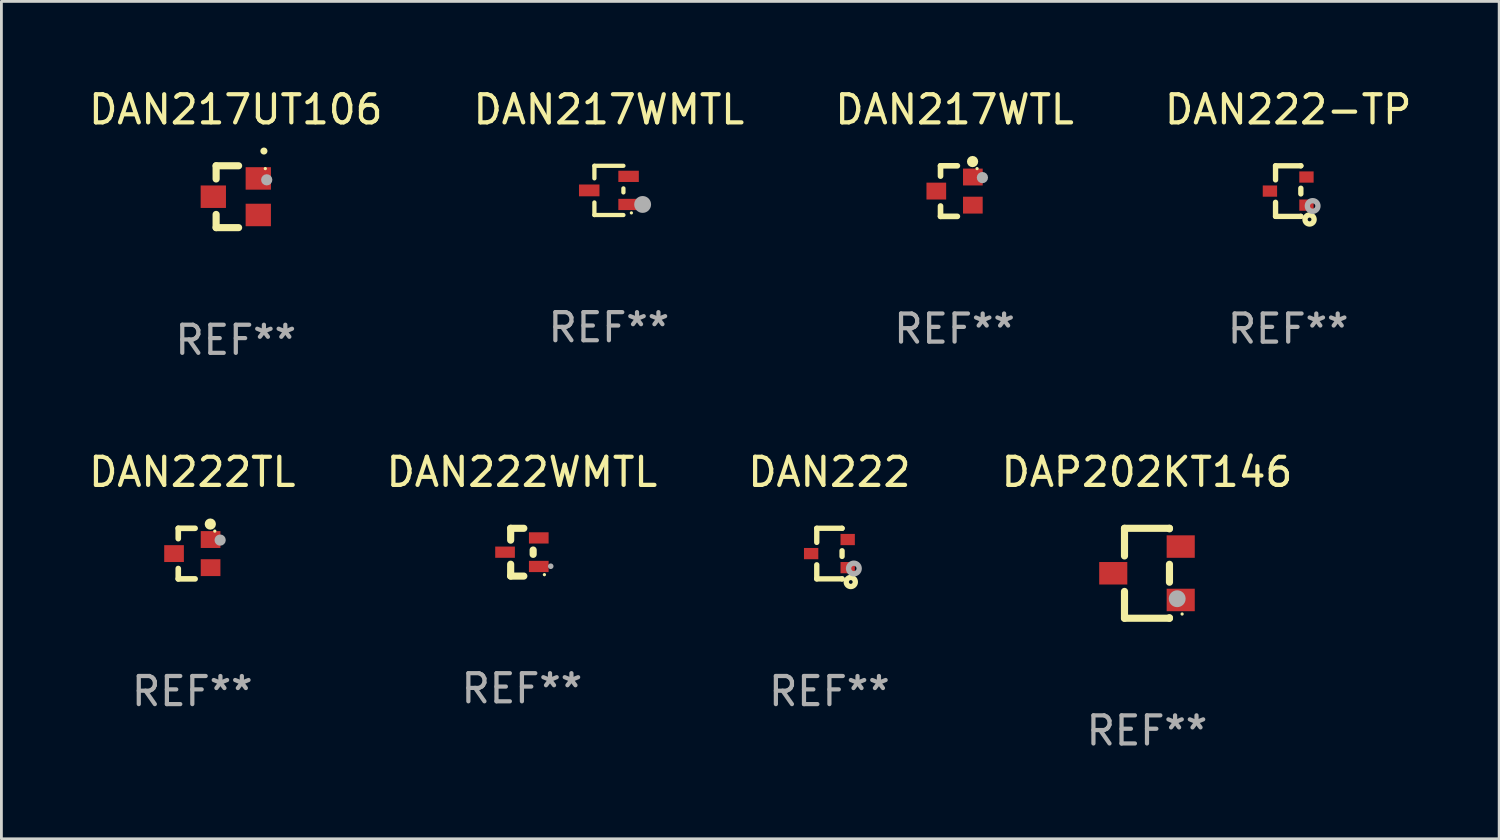
<source format=kicad_pcb>
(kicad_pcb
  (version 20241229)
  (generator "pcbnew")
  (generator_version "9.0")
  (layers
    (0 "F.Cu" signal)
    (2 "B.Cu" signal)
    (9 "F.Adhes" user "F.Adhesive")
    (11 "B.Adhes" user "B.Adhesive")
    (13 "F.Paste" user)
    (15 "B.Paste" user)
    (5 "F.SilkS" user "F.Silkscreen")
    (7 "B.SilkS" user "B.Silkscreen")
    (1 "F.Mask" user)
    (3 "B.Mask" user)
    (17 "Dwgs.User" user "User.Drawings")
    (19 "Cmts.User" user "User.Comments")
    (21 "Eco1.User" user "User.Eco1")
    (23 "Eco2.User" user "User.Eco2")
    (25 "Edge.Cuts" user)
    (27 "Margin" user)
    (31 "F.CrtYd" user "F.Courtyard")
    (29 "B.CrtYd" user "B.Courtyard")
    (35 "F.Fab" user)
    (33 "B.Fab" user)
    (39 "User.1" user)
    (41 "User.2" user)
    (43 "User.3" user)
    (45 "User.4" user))
  (footprint "DAN222TL"
    (layer "F.Cu")
    (at 3.792 16.645)
    (property "Reference" "DAN222TL" (at 0 -2.9 0) (layer "F.SilkS") (effects (font (size 1 1) (thickness 0.15))))
    (attr through_hole)
    (fp_line (start -0.5 -0.9) (end 0.1 -0.9) (stroke (width 0.2) (type solid)) (layer "F.SilkS"))
    (fp_line (start -0.5 -0.531) (end -0.5 -0.9) (stroke (width 0.2) (type solid)) (layer "F.SilkS"))
    (fp_line (start -0.5 0.9) (end -0.5 0.531) (stroke (width 0.2) (type solid)) (layer "F.SilkS"))
    (fp_line (start -0.5 0.9) (end 0.1 0.9) (stroke (width 0.2) (type solid)) (layer "F.SilkS"))
    (fp_circle (center 0.64 -1.05) (end 0.74 -1.05) (stroke (width 0.2) (type solid)) (fill no) (layer "F.SilkS"))
    (fp_circle (center 0.8 -0.8) (end 0.83 -0.8) (stroke (width 0.06) (type solid)) (fill no) (layer "F.SilkS"))
    (fp_circle (center 0.99 -0.48) (end 1.09 -0.48) (stroke (width 0.2) (type solid)) (fill no) (layer "F.Fab"))
    (fp_text user "REF**" (at 0 4.9 0) (layer "F.Fab") (effects (font (size 1 1) (thickness 0.15))))
    (pad "1" smd rect (at 0.65 -0.5 90) (size 0.6 0.7) (layers "F.Cu" "F.Mask" "F.Paste"))
    (pad "2" smd rect (at 0.65 0.5 90) (size 0.6 0.7) (layers "F.Cu" "F.Mask" "F.Paste"))
    (pad "3" smd rect (at -0.65 0 90) (size 0.6 0.7) (layers "F.Cu" "F.Mask" "F.Paste")))
  (footprint "DAN222"
    (layer "F.Cu")
    (at 26.458 16.645)
    (property "Reference" "DAN222" (at 0 -2.9 0) (layer "F.SilkS") (effects (font (size 1 1) (thickness 0.15))))
    (attr through_hole)
    (fp_line (start -0.45 -0.9) (end 0.45 -0.9) (stroke (width 0.19) (type solid)) (layer "F.SilkS"))
    (fp_line (start -0.45 -0.399) (end -0.45 -0.9) (stroke (width 0.19) (type solid)) (layer "F.SilkS"))
    (fp_line (start -0.45 0.9) (end -0.45 0.399) (stroke (width 0.19) (type solid)) (layer "F.SilkS"))
    (fp_line (start -0.45 0.9) (end 0.45 0.9) (stroke (width 0.19) (type solid)) (layer "F.SilkS"))
    (fp_line (start 0.45 -0.899) (end 0.45 -0.9) (stroke (width 0.19) (type solid)) (layer "F.SilkS"))
    (fp_line (start 0.45 0.101) (end 0.45 -0.101) (stroke (width 0.19) (type solid)) (layer "F.SilkS"))
    (fp_line (start 0.45 0.9) (end 0.45 0.899) (stroke (width 0.19) (type solid)) (layer "F.SilkS"))
    (fp_circle (center 0.76 1.01) (end 0.827 1.01) (stroke (width 0.19) (type solid)) (fill no) (layer "F.SilkS"))
    (fp_circle (center 0.8 0.8) (end 0.81 0.8) (stroke (width 0.02) (type solid)) (fill no) (layer "F.SilkS"))
    (fp_circle (center 0.87 0.53) (end 0.964 0.53) (stroke (width 0.19) (type solid)) (fill no) (layer "F.Fab"))
    (fp_text user "REF**" (at 0 4.9 0) (layer "F.Fab") (effects (font (size 1 1) (thickness 0.15))))
    (pad "1" smd rect (at 0.65 0.5 90) (size 0.4 0.51) (layers "F.Cu" "F.Mask" "F.Paste"))
    (pad "2" smd rect (at 0.65 -0.5 90) (size 0.4 0.51) (layers "F.Cu" "F.Mask" "F.Paste"))
    (pad "3" smd rect (at -0.65 0.000127 90) (size 0.4 0.51) (layers "F.Cu" "F.Mask" "F.Paste")))
  (footprint "DAN222-TP"
    (layer "F.Cu")
    (at 42.78 3.748)
    (property "Reference" "DAN222-TP" (at 0 -2.9 0) (layer "F.SilkS") (effects (font (size 1 1) (thickness 0.15))))
    (attr through_hole)
    (fp_line (start -0.45 -0.9) (end 0.45 -0.9) (stroke (width 0.19) (type solid)) (layer "F.SilkS"))
    (fp_line (start -0.45 -0.399) (end -0.45 -0.9) (stroke (width 0.19) (type solid)) (layer "F.SilkS"))
    (fp_line (start -0.45 0.9) (end -0.45 0.399) (stroke (width 0.19) (type solid)) (layer "F.SilkS"))
    (fp_line (start -0.45 0.9) (end 0.45 0.9) (stroke (width 0.19) (type solid)) (layer "F.SilkS"))
    (fp_line (start 0.45 -0.899) (end 0.45 -0.9) (stroke (width 0.19) (type solid)) (layer "F.SilkS"))
    (fp_line (start 0.45 0.101) (end 0.45 -0.101) (stroke (width 0.19) (type solid)) (layer "F.SilkS"))
    (fp_line (start 0.45 0.9) (end 0.45 0.899) (stroke (width 0.19) (type solid)) (layer "F.SilkS"))
    (fp_circle (center 0.76 1.01) (end 0.827 1.01) (stroke (width 0.19) (type solid)) (fill no) (layer "F.SilkS"))
    (fp_circle (center 0.8 0.8) (end 0.81 0.8) (stroke (width 0.02) (type solid)) (fill no) (layer "F.SilkS"))
    (fp_circle (center 0.87 0.53) (end 0.964 0.53) (stroke (width 0.19) (type solid)) (fill no) (layer "F.Fab"))
    (fp_text user "REF**" (at 0 4.9 0) (layer "F.Fab") (effects (font (size 1 1) (thickness 0.15))))
    (pad "1" smd rect (at 0.65 0.5 90) (size 0.4 0.51) (layers "F.Cu" "F.Mask" "F.Paste"))
    (pad "2" smd rect (at 0.65 -0.5 90) (size 0.4 0.51) (layers "F.Cu" "F.Mask" "F.Paste"))
    (pad "3" smd rect (at -0.65 0.000127 90) (size 0.4 0.51) (layers "F.Cu" "F.Mask" "F.Paste")))
  (footprint "DAN217WMTL"
    (layer "F.Cu")
    (at 18.613 3.724)
    (property "Reference" "DAN217WMTL" (at 0 -2.876 0) (layer "F.SilkS") (effects (font (size 1 1) (thickness 0.15))))
    (attr through_hole)
    (fp_line (start -0.516 -0.876) (end -0.516 -0.429) (stroke (width 0.152) (type solid)) (layer "F.SilkS"))
    (fp_line (start -0.516 0.876) (end -0.516 0.429) (stroke (width 0.152) (type solid)) (layer "F.SilkS"))
    (fp_line (start 0.516 -0.876) (end -0.516 -0.876) (stroke (width 0.152) (type solid)) (layer "F.SilkS"))
    (fp_line (start 0.516 -0.071) (end 0.516 0.071) (stroke (width 0.152) (type solid)) (layer "F.SilkS"))
    (fp_line (start 0.516 0.876) (end -0.516 0.876) (stroke (width 0.152) (type solid)) (layer "F.SilkS"))
    (fp_circle (center 0.8 0.8) (end 0.83 0.8) (stroke (width 0.06) (type solid)) (fill no) (layer "F.SilkS"))
    (fp_circle (center 1.2 0.5) (end 1.35 0.5) (stroke (width 0.3) (type solid)) (fill no) (layer "F.Fab"))
    (fp_text user "REF**" (at 0 4.876 0) (layer "F.Fab") (effects (font (size 1 1) (thickness 0.15))))
    (pad "1" smd rect (at 0.7 0.5) (size 0.729 0.4) (layers "F.Cu" "F.Mask" "F.Paste"))
    (pad "2" smd rect (at 0.7 -0.5) (size 0.729 0.4) (layers "F.Cu" "F.Mask" "F.Paste"))
    (pad "3" smd rect (at -0.7 0) (size 0.729 0.42) (layers "F.Cu" "F.Mask" "F.Paste")))
  (footprint "DAP202KT146"
    (layer "F.Cu")
    (at 37.756 17.345)
    (property "Reference" "DAP202KT146" (at 0 -3.6 0) (layer "F.SilkS") (effects (font (size 1 1) (thickness 0.15))))
    (attr through_hole)
    (fp_line (start -0.8 -1.6) (end 0.8 -1.6) (stroke (width 0.254) (type solid)) (layer "F.SilkS"))
    (fp_line (start -0.8 -0.616) (end -0.8 -1.6) (stroke (width 0.254) (type solid)) (layer "F.SilkS"))
    (fp_line (start -0.8 1.6) (end -0.8 0.646) (stroke (width 0.254) (type solid)) (layer "F.SilkS"))
    (fp_line (start -0.8 1.6) (end 0.8 1.6) (stroke (width 0.254) (type solid)) (layer "F.SilkS"))
    (fp_line (start 0.8 -1.581) (end 0.8 -1.6) (stroke (width 0.254) (type solid)) (layer "F.SilkS"))
    (fp_line (start 0.8 0.319) (end 0.8 -0.319) (stroke (width 0.254) (type solid)) (layer "F.SilkS"))
    (fp_line (start 0.8 1.6) (end 0.8 1.581) (stroke (width 0.254) (type solid)) (layer "F.SilkS"))
    (fp_circle (center 1.25 1.45) (end 1.28 1.45) (stroke (width 0.06) (type solid)) (fill no) (layer "F.SilkS"))
    (fp_circle (center 1.075 0.906) (end 1.225 0.906) (stroke (width 0.3) (type solid)) (fill no) (layer "F.Fab"))
    (fp_text user "REF**" (at 0 5.6 0) (layer "F.Fab") (effects (font (size 1 1) (thickness 0.15))))
    (pad "1" smd rect (at 1.2 0.95 90) (size 0.8 1) (layers "F.Cu" "F.Mask" "F.Paste"))
    (pad "2" smd rect (at 1.2 -0.95 90) (size 0.8 1) (layers "F.Cu" "F.Mask" "F.Paste"))
    (pad "3" smd rect (at -1.2 -0.000025 90) (size 0.8 1) (layers "F.Cu" "F.Mask" "F.Paste")))
  (footprint "DAN217UT106"
    (layer "F.Cu")
    (at 5.339 3.948)
    (property "Reference" "DAN217UT106" (at 0 -3.1 0) (layer "F.SilkS") (effects (font (size 1 1) (thickness 0.15))))
    (attr through_hole)
    (fp_line (start -0.7 -1.1) (end 0.1 -1.1) (stroke (width 0.254) (type solid)) (layer "F.SilkS"))
    (fp_line (start -0.7 -0.631) (end -0.7 -1.1) (stroke (width 0.254) (type solid)) (layer "F.SilkS"))
    (fp_line (start -0.7 1.1) (end -0.7 0.631) (stroke (width 0.254) (type solid)) (layer "F.SilkS"))
    (fp_line (start -0.7 1.1) (end 0.1 1.1) (stroke (width 0.254) (type solid)) (layer "F.SilkS"))
    (fp_arc (start 0.99873 -1.62446) (mid 1 -1.624466) (end 1.00127 -1.62446) (stroke (width 0.24892) (type solid)) (layer "F.SilkS"))
    (fp_circle (center 1.05 -1) (end 1.08 -1) (stroke (width 0.06) (type solid)) (fill no) (layer "F.SilkS"))
    (fp_circle (center 1.1 -0.6) (end 1.2 -0.6) (stroke (width 0.2) (type solid)) (fill no) (layer "F.Fab"))
    (fp_text user "REF**" (at 0 5.1 0) (layer "F.Fab") (effects (font (size 1 1) (thickness 0.15))))
    (pad "1" smd rect (at 0.8 -0.65 90) (size 0.8 0.9) (layers "F.Cu" "F.Mask" "F.Paste"))
    (pad "2" smd rect (at 0.8 0.65 90) (size 0.8 0.9) (layers "F.Cu" "F.Mask" "F.Paste"))
    (pad "3" smd rect (at -0.8 0 90) (size 0.8 0.9) (layers "F.Cu" "F.Mask" "F.Paste")))
  (footprint "DAN222WMTL"
    (layer "F.Cu")
    (at 15.518 16.595)
    (property "Reference" "DAN222WMTL" (at 0 -2.85 0) (layer "F.SilkS") (effects (font (size 1 1) (thickness 0.15))))
    (attr through_hole)
    (fp_line (start -0.4 0.85) (end 0.068 0.85) (stroke (width 0.254) (type solid)) (layer "F.SilkS"))
    (fp_line (start -0.4 -0.85) (end -0.4 -0.428) (stroke (width 0.254) (type solid)) (layer "F.SilkS"))
    (fp_line (start -0.4 -0.85) (end 0.068 -0.85) (stroke (width 0.254) (type solid)) (layer "F.SilkS"))
    (fp_line (start -0.4 0.428) (end -0.4 0.85) (stroke (width 0.254) (type solid)) (layer "F.SilkS"))
    (fp_line (start 0.4 -0.077) (end 0.4 0.077) (stroke (width 0.254) (type solid)) (layer "F.SilkS"))
    (fp_circle (center 0.8 0.8) (end 0.83 0.8) (stroke (width 0.06) (type solid)) (fill no) (layer "F.SilkS"))
    (fp_circle (center 1.025 0.5) (end 1.075 0.5) (stroke (width 0.1) (type solid)) (fill no) (layer "F.Fab"))
    (fp_text user "REF**" (at 0 4.85 0) (layer "F.Fab") (effects (font (size 1 1) (thickness 0.15))))
    (pad "1" smd rect (at 0.6 0.508 90) (size 0.4 0.7) (layers "F.Cu" "F.Mask" "F.Paste"))
    (pad "2" smd rect (at 0.6 -0.508 90) (size 0.4 0.7) (layers "F.Cu" "F.Mask" "F.Paste"))
    (pad "3" smd rect (at -0.6 0.00014 90) (size 0.4 0.7) (layers "F.Cu" "F.Mask" "F.Paste")))
  (footprint "DAN217WTL"
    (layer "F.Cu")
    (at 30.911 3.748)
    (property "Reference" "DAN217WTL" (at 0 -2.9 0) (layer "F.SilkS") (effects (font (size 1 1) (thickness 0.15))))
    (attr through_hole)
    (fp_line (start -0.5 -0.9) (end 0.1 -0.9) (stroke (width 0.2) (type solid)) (layer "F.SilkS"))
    (fp_line (start -0.5 -0.531) (end -0.5 -0.9) (stroke (width 0.2) (type solid)) (layer "F.SilkS"))
    (fp_line (start -0.5 0.9) (end -0.5 0.531) (stroke (width 0.2) (type solid)) (layer "F.SilkS"))
    (fp_line (start -0.5 0.9) (end 0.1 0.9) (stroke (width 0.2) (type solid)) (layer "F.SilkS"))
    (fp_circle (center 0.64 -1.05) (end 0.74 -1.05) (stroke (width 0.2) (type solid)) (fill no) (layer "F.SilkS"))
    (fp_circle (center 0.8 -0.8) (end 0.83 -0.8) (stroke (width 0.06) (type solid)) (fill no) (layer "F.SilkS"))
    (fp_circle (center 0.99 -0.48) (end 1.09 -0.48) (stroke (width 0.2) (type solid)) (fill no) (layer "F.Fab"))
    (fp_text user "REF**" (at 0 4.9 0) (layer "F.Fab") (effects (font (size 1 1) (thickness 0.15))))
    (pad "1" smd rect (at 0.65 -0.5 90) (size 0.6 0.7) (layers "F.Cu" "F.Mask" "F.Paste"))
    (pad "2" smd rect (at 0.65 0.5 90) (size 0.6 0.7) (layers "F.Cu" "F.Mask" "F.Paste"))
    (pad "3" smd rect (at -0.65 0 90) (size 0.6 0.7) (layers "F.Cu" "F.Mask" "F.Paste")))
  (gr_rect
    (start -3 -3)
    (end 50.286 26.793)
    (stroke (width 0.1) (type default))
    (fill no)
    (layer "Edge.Cuts")))
</source>
